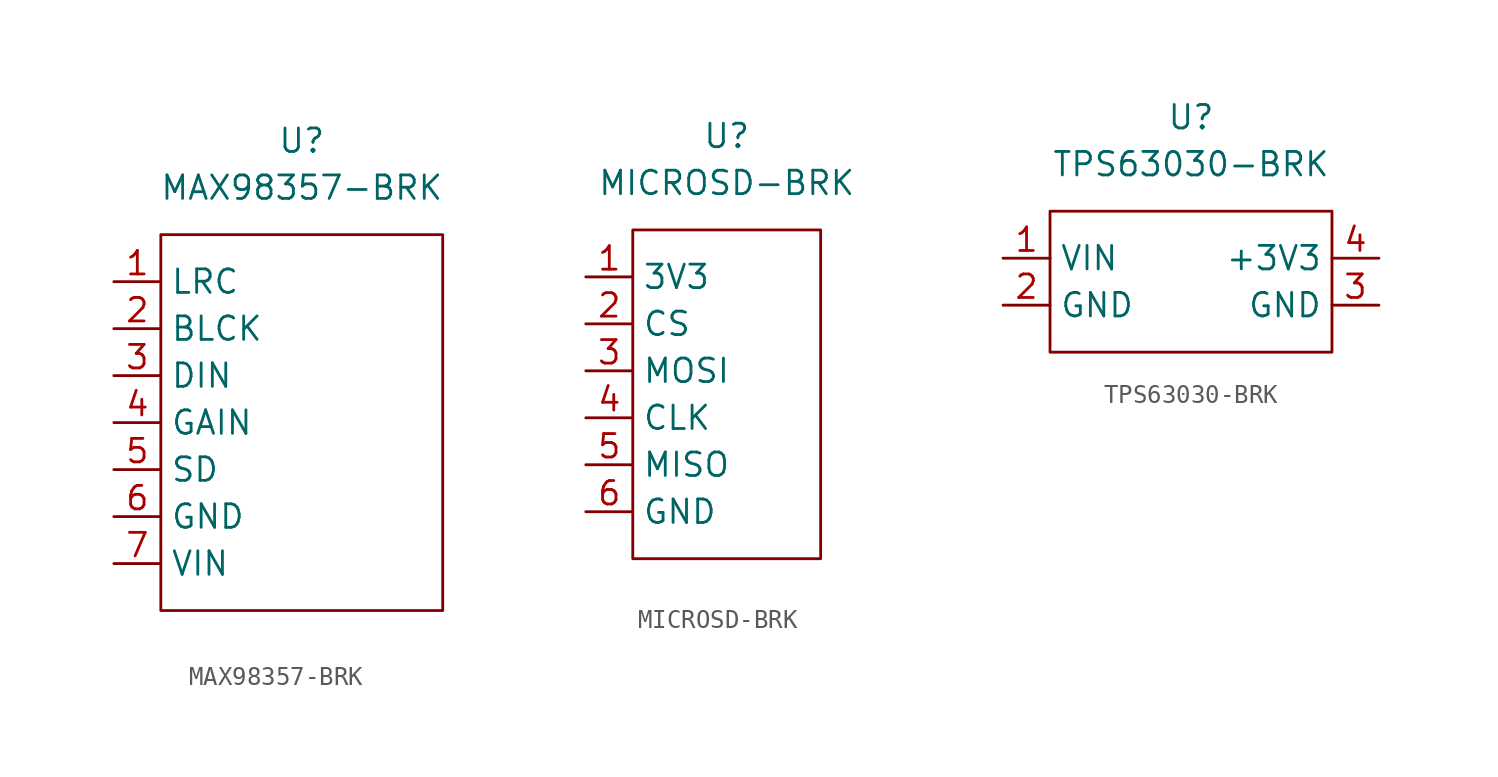
<source format=kicad_sym>
(kicad_symbol_lib
  (version 20220914)
  (generator kicad_symbol_editor)
  (symbol "MAX98357-BRK"
    (property "Reference" "U"
      (at 0 15.24 0)
      (effects (font (size 1.27 1.27))))
    (property "Value" "MAX98357-BRK"
      (at 0 12.7 0)
      (effects (font (size 1.27 1.27))))
    (symbol "MAX98357-BRK_0_1"
      (rectangle (start -7.62 10.16) (end 7.62 -10.16) (stroke (width 0) (type default)) (fill (type none))))
    (symbol "MAX98357-BRK_1_1"
      (pin input line (at -10.16 7.62 0) (length 2.54) (name "LRC" (effects (font (size 1.27 1.27)))) (number "1" (effects (font (size 1.27 1.27)))))
      (pin input line (at -10.16 5.08 0) (length 2.54) (name "BLCK" (effects (font (size 1.27 1.27)))) (number "2" (effects (font (size 1.27 1.27)))))
      (pin input line (at -10.16 2.54 0) (length 2.54) (name "DIN" (effects (font (size 1.27 1.27)))) (number "3" (effects (font (size 1.27 1.27)))))
      (pin input line (at -10.16 0 0) (length 2.54) (name "GAIN" (effects (font (size 1.27 1.27)))) (number "4" (effects (font (size 1.27 1.27)))))
      (pin input line (at -10.16 -2.54 0) (length 2.54) (name "SD" (effects (font (size 1.27 1.27)))) (number "5" (effects (font (size 1.27 1.27)))))
      (pin power_in line (at -10.16 -5.08 0) (length 2.54) (name "GND" (effects (font (size 1.27 1.27)))) (number "6" (effects (font (size 1.27 1.27)))))
      (pin power_in line (at -10.16 -7.62 0) (length 2.54) (name "VIN" (effects (font (size 1.27 1.27)))) (number "7" (effects (font (size 1.27 1.27)))))))
  (symbol "MICROSD-BRK"
    (property "Reference" "U"
      (at 0 10.16 0)
      (effects (font (size 1.27 1.27))))
    (property "Value" "MICROSD-BRK"
      (at 0 7.62 0)
      (effects (font (size 1.27 1.27))))
    (symbol "MICROSD-BRK_0_1"
      (rectangle (start -5.08 5.08) (end 5.08 -12.7) (stroke (width 0) (type default)) (fill (type none))))
    (symbol "MICROSD-BRK_1_1"
      (pin power_in line (at -7.62 2.54 0) (length 2.54) (name "3V3" (effects (font (size 1.27 1.27)))) (number "1" (effects (font (size 1.27 1.27)))))
      (pin input line (at -7.62 0 0) (length 2.54) (name "CS" (effects (font (size 1.27 1.27)))) (number "2" (effects (font (size 1.27 1.27)))))
      (pin input line (at -7.62 -2.54 0) (length 2.54) (name "MOSI" (effects (font (size 1.27 1.27)))) (number "3" (effects (font (size 1.27 1.27)))))
      (pin input line (at -7.62 -5.08 0) (length 2.54) (name "CLK" (effects (font (size 1.27 1.27)))) (number "4" (effects (font (size 1.27 1.27)))))
      (pin output line (at -7.62 -7.62 0) (length 2.54) (name "MISO" (effects (font (size 1.27 1.27)))) (number "5" (effects (font (size 1.27 1.27)))))
      (pin power_in line (at -7.62 -10.16 0) (length 2.54) (name "GND" (effects (font (size 1.27 1.27)))) (number "6" (effects (font (size 1.27 1.27)))))))
  (symbol "TPS63030-BRK"
    (property "Reference" "U"
      (at 0 10.16 0)
      (effects (font (size 1.27 1.27))))
    (property "Value" "TPS63030-BRK"
      (at 0 7.62 0)
      (effects (font (size 1.27 1.27))))
    (symbol "TPS63030-BRK_0_1"
      (rectangle (start -7.62 5.08) (end 7.62 -2.54) (stroke (width 0) (type default)) (fill (type none))))
    (symbol "TPS63030-BRK_1_1"
      (pin power_in line (at -10.16 2.54 0) (length 2.54) (name "VIN" (effects (font (size 1.27 1.27)))) (number "1" (effects (font (size 1.27 1.27)))))
      (pin power_in line (at -10.16 0 0) (length 2.54) (name "GND" (effects (font (size 1.27 1.27)))) (number "2" (effects (font (size 1.27 1.27)))))
      (pin power_out line (at 10.16 0 180) (length 2.54) (name "GND" (effects (font (size 1.27 1.27)))) (number "3" (effects (font (size 1.27 1.27)))))
      (pin power_out line (at 10.16 2.54 180) (length 2.54) (name "+3V3" (effects (font (size 1.27 1.27)))) (number "4" (effects (font (size 1.27 1.27))))))))
</source>
